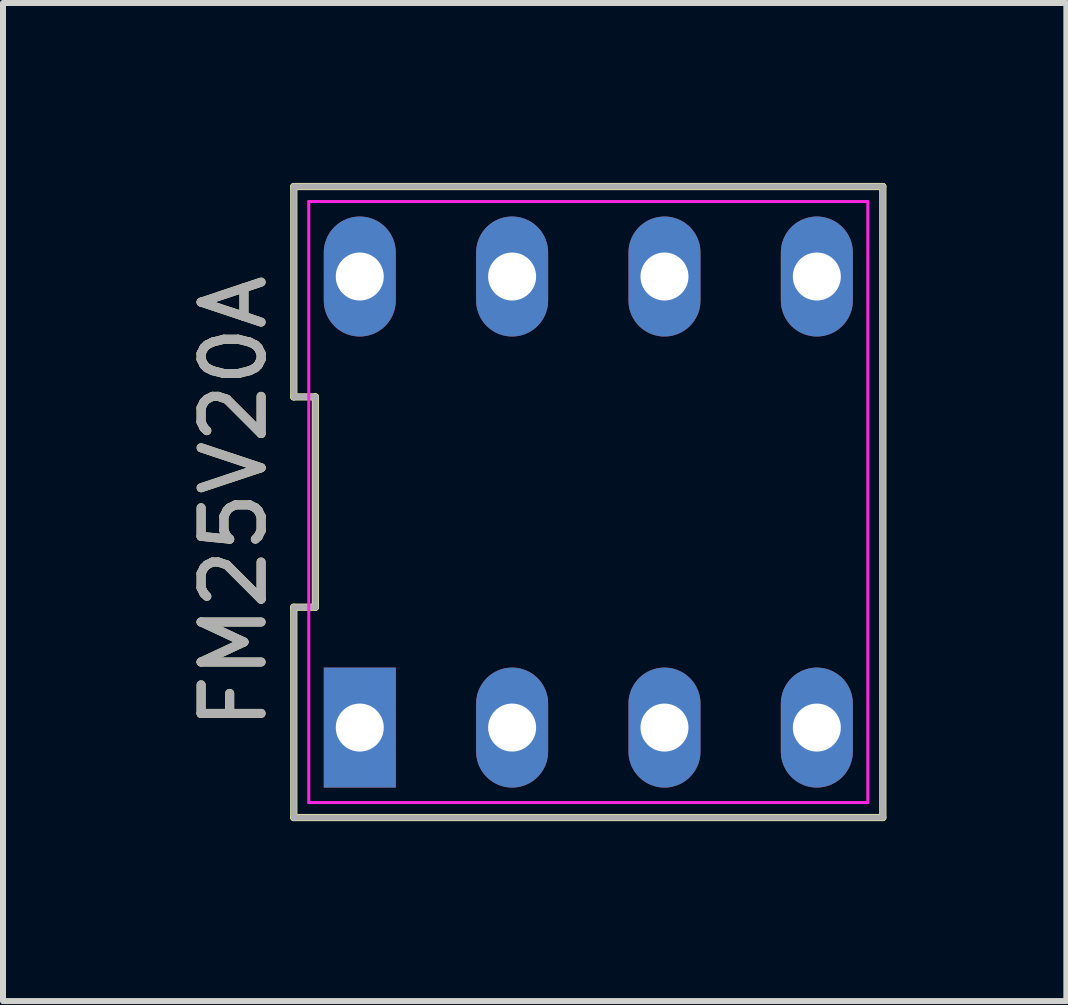
<source format=kicad_pcb>
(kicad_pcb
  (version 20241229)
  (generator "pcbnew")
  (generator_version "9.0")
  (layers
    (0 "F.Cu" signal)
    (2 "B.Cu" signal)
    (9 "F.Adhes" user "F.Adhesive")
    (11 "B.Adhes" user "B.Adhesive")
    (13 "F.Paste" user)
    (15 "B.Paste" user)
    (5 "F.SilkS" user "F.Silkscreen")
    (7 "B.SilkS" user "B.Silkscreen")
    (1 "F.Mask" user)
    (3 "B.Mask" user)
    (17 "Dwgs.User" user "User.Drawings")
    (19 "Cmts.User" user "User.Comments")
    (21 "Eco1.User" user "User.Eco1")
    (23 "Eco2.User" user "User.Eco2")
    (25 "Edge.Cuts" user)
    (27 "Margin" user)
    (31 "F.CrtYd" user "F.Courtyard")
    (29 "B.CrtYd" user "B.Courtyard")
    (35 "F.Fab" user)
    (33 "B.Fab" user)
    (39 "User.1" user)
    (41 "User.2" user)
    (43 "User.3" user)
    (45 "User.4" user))
  (footprint "FM25V20A"
    (layer "F.Cu")
    (at 2.948 9.08)
    (property "Reference" "FM25V20A" (at -2.1 -3.76 90) (layer "F.SilkS") (effects (font (size 1 1) (thickness 0.15))))
    (attr through_hole)
    (fp_line (start -1.1 -9.02) (end -1.1 -5.513) (stroke (width 0.12) (type solid)) (layer "F.SilkS"))
    (fp_line (start -1.1 -5.513) (end -0.74 -5.513) (stroke (width 0.12) (type solid)) (layer "F.SilkS"))
    (fp_line (start -1.1 -2.007) (end -1.1 1.5) (stroke (width 0.12) (type solid)) (layer "F.SilkS"))
    (fp_line (start -1.1 1.5) (end 8.72 1.5) (stroke (width 0.12) (type solid)) (layer "F.SilkS"))
    (fp_line (start -0.74 -5.513) (end -0.74 -2.007) (stroke (width 0.12) (type solid)) (layer "F.SilkS"))
    (fp_line (start -0.74 -2.007) (end -1.1 -2.007) (stroke (width 0.12) (type solid)) (layer "F.SilkS"))
    (fp_line (start 8.72 -9.02) (end -1.1 -9.02) (stroke (width 0.12) (type solid)) (layer "F.SilkS"))
    (fp_line (start 8.72 1.5) (end 8.72 -9.02) (stroke (width 0.12) (type solid)) (layer "F.SilkS"))
    (fp_line (start -0.85 -8.77) (end 8.47 -8.77) (stroke (width 0.05) (type solid)) (layer "F.CrtYd"))
    (fp_line (start -0.85 1.25) (end -0.85 -8.77) (stroke (width 0.05) (type solid)) (layer "F.CrtYd"))
    (fp_line (start 8.47 -8.77) (end 8.47 1.25) (stroke (width 0.05) (type solid)) (layer "F.CrtYd"))
    (fp_line (start 8.47 1.25) (end -0.85 1.25) (stroke (width 0.05) (type solid)) (layer "F.CrtYd"))
    (fp_line (start -1.1 -9.02) (end -1.1 -5.513) (stroke (width 0.1) (type solid)) (layer "F.Fab"))
    (fp_line (start -1.1 -5.513) (end -0.74 -5.513) (stroke (width 0.1) (type solid)) (layer "F.Fab"))
    (fp_line (start -1.1 -2.007) (end -1.1 1.5) (stroke (width 0.1) (type solid)) (layer "F.Fab"))
    (fp_line (start -1.1 1.5) (end 8.72 1.5) (stroke (width 0.1) (type solid)) (layer "F.Fab"))
    (fp_line (start -0.74 -5.513) (end -0.74 -2.007) (stroke (width 0.1) (type solid)) (layer "F.Fab"))
    (fp_line (start -0.74 -2.007) (end -1.1 -2.007) (stroke (width 0.1) (type solid)) (layer "F.Fab"))
    (fp_line (start 8.72 -9.02) (end -1.1 -9.02) (stroke (width 0.1) (type solid)) (layer "F.Fab"))
    (fp_line (start 8.72 1.5) (end 8.72 -9.02) (stroke (width 0.1) (type solid)) (layer "F.Fab"))
    (fp_text user "${REFERENCE}" (at -2.1 -3.76 90) (layer "F.Fab") (effects (font (size 1 1) (thickness 0.15))))
    (pad "1" thru_hole rect (at 0 0) (size 1.2 2) (drill 0.8) (layers "*.Cu" "*.Mask"))
    (pad "2" thru_hole oval (at 2.54 0) (size 1.2 2) (drill 0.8) (layers "*.Cu" "*.Mask"))
    (pad "3" thru_hole oval (at 5.08 0) (size 1.2 2) (drill 0.8) (layers "*.Cu" "*.Mask"))
    (pad "4" thru_hole oval (at 7.62 0) (size 1.2 2) (drill 0.8) (layers "*.Cu" "*.Mask"))
    (pad "5" thru_hole oval (at 7.62 -7.52) (size 1.2 2) (drill 0.8) (layers "*.Cu" "*.Mask"))
    (pad "6" thru_hole oval (at 5.08 -7.52) (size 1.2 2) (drill 0.8) (layers "*.Cu" "*.Mask"))
    (pad "7" thru_hole oval (at 2.54 -7.52) (size 1.2 2) (drill 0.8) (layers "*.Cu" "*.Mask"))
    (pad "8" thru_hole oval (at 0 -7.52) (size 1.2 2) (drill 0.8) (layers "*.Cu" "*.Mask")))
  (gr_rect
    (start -3 -3)
    (end 14.728 13.64)
    (stroke (width 0.1) (type default))
    (fill no)
    (layer "Edge.Cuts")))
</source>
